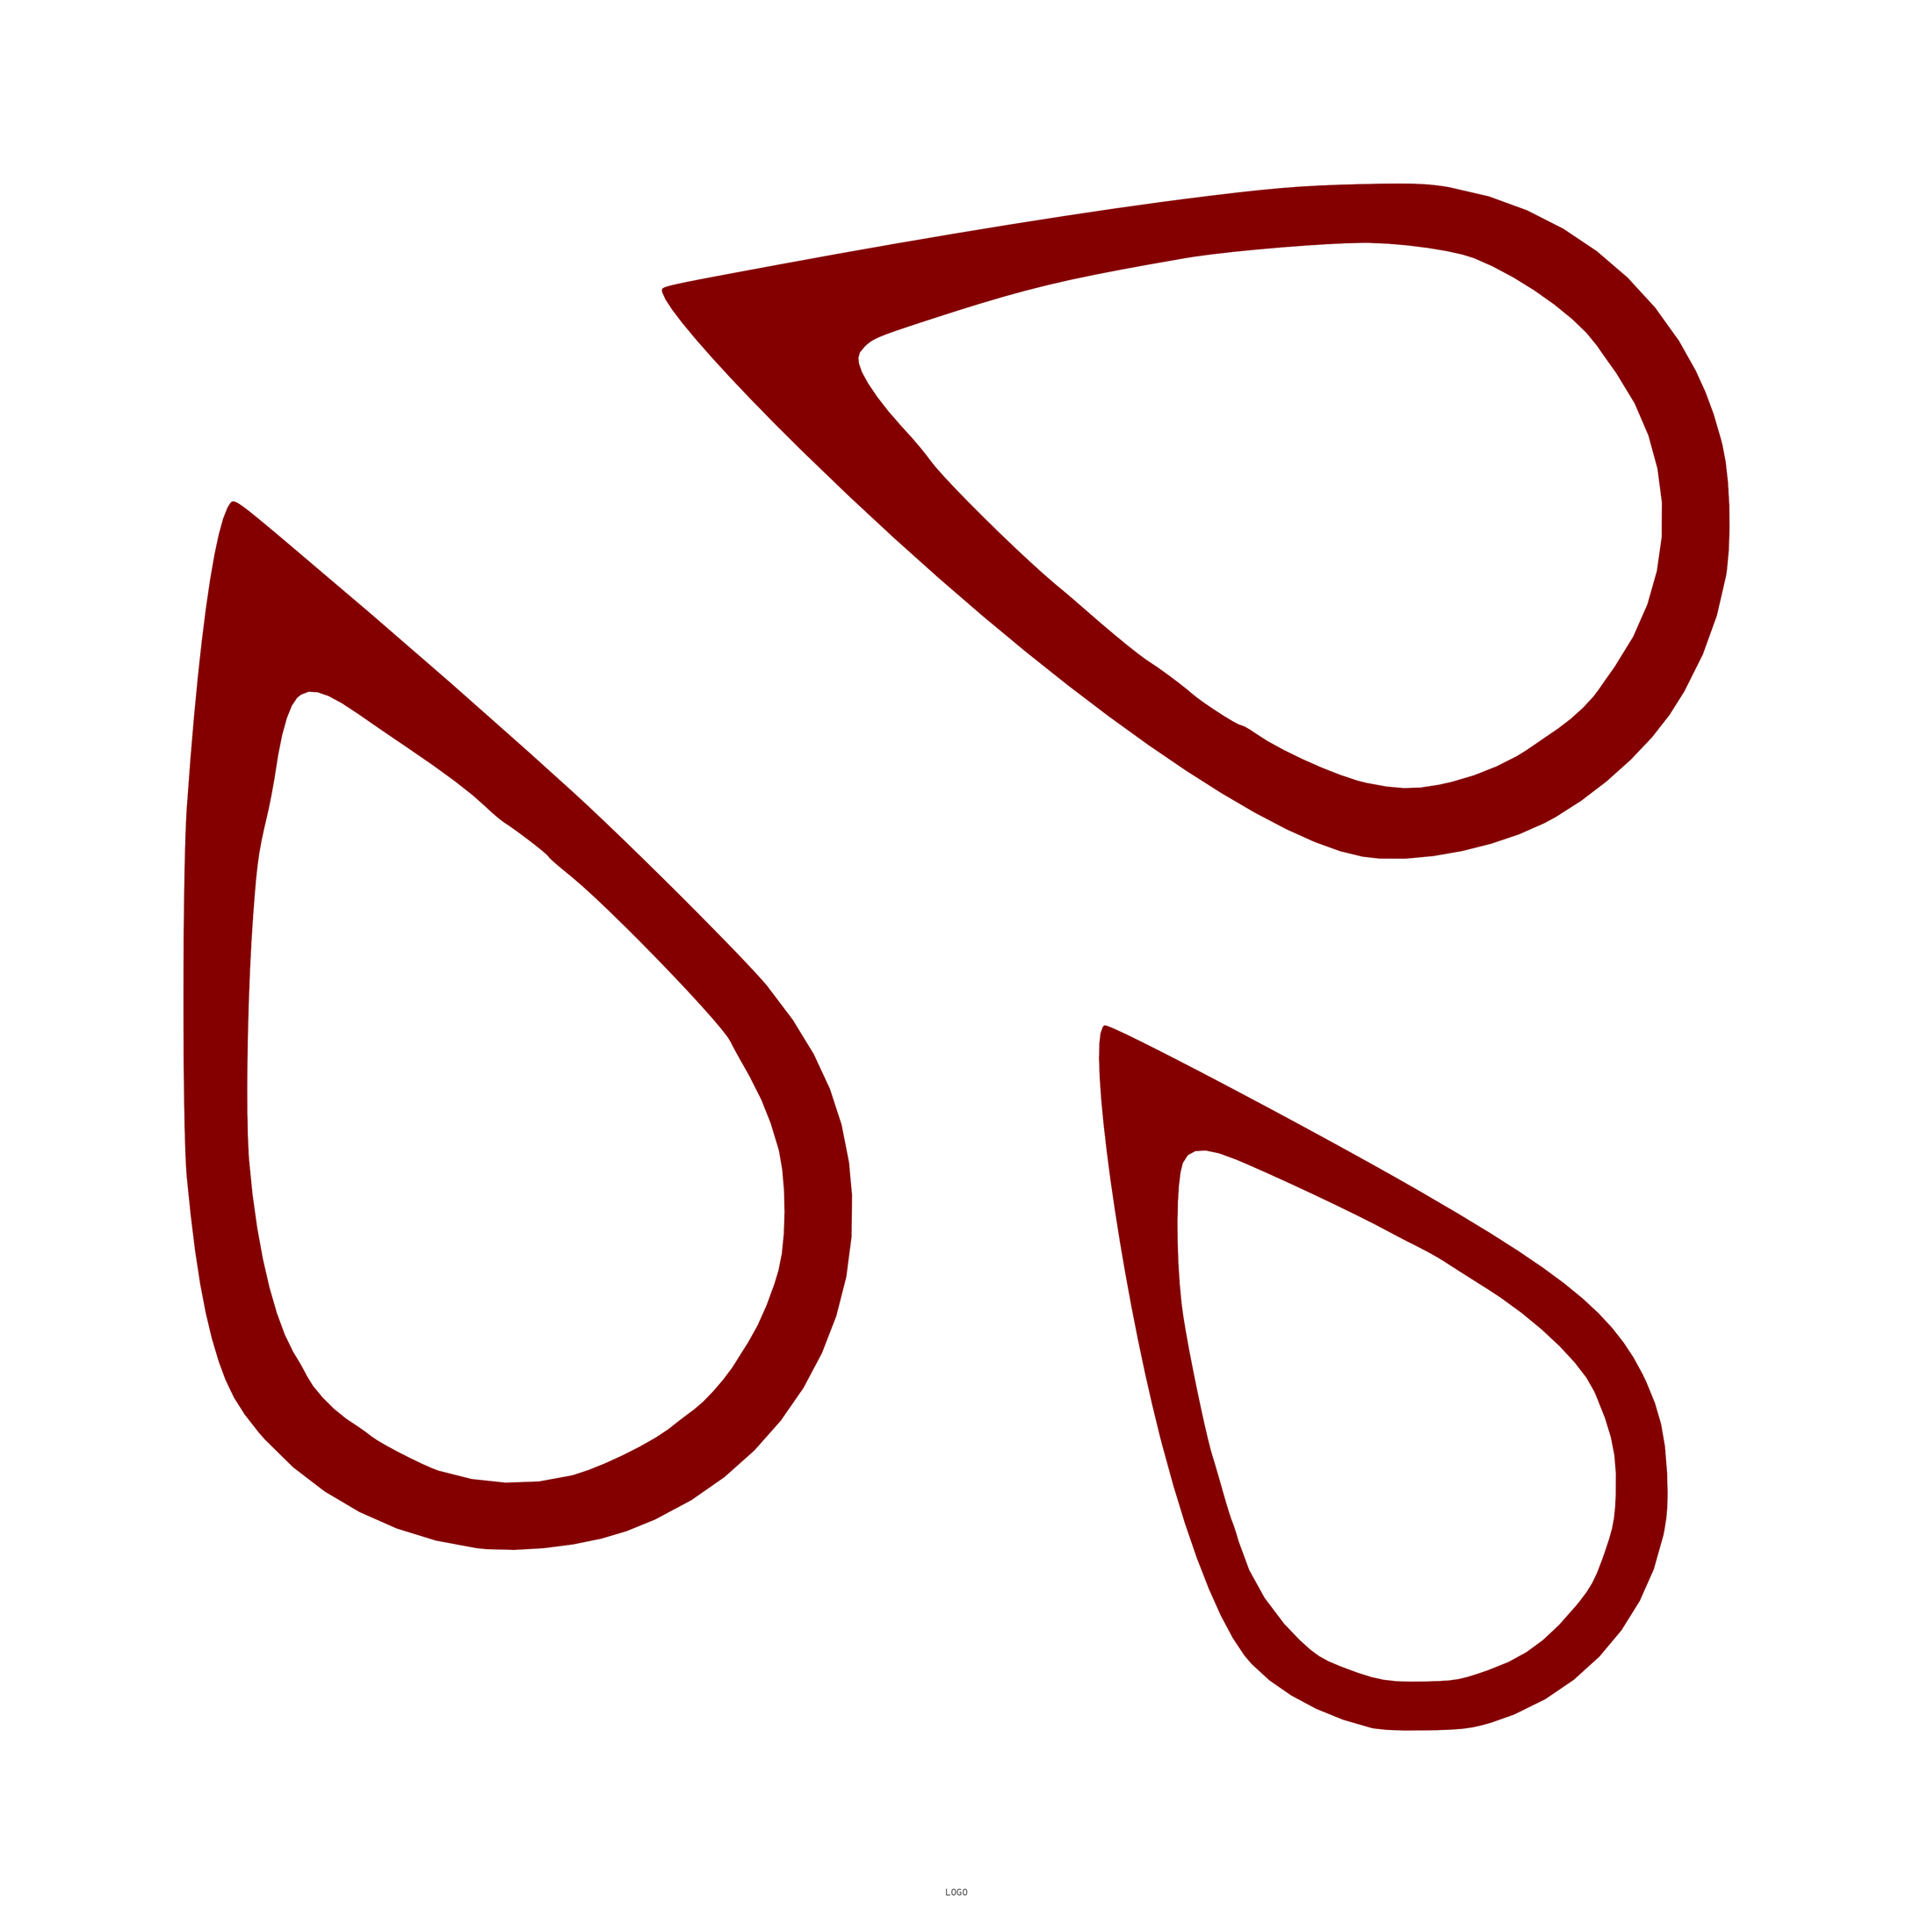
<source format=kicad_sym>
(kicad_symbol_lib
  (version 20241209)
  (generator "kicad_symbol_editor")
  (generator_version "9.0")
  (symbol "LOGO"
    (pin_names
      (offset 1.016))
    (property "Reference" "#G"
      (at 0 113.844 0)
      (effects (font (size 1.27 1.27)) (hide yes)))
    (symbol "LOGO_0_0"
      (polyline (pts (xy -57.235 -81.916) (xy -53.138 -81.39) (xy -49.218 -80.593) (xy -45.708 -79.553) (xy -41.745 -77.939) (xy -36.711 -75.254) (xy -32.107 -72.043) (xy -27.963 -68.353) (xy -24.31 -64.229) (xy -21.179 -59.717) (xy -18.601 -54.863) (xy -16.606 -49.713) (xy -15.225 -44.313) (xy -14.49 -38.708) (xy -14.43 -32.944) (xy -14.849 -28.406) (xy -15.874 -23.207) (xy -17.493 -18.233) (xy -19.737 -13.411) (xy -22.635 -8.669) (xy -26.215 -3.935) (xy -26.436 -3.673) (xy -27.586 -2.381) (xy -29.167 -0.686) (xy -31.108 1.342) (xy -33.339 3.631) (xy -35.788 6.113) (xy -38.385 8.716) (xy -41.059 11.369) (xy -43.741 14.002) (xy -46.359 16.545) (xy -48.843 18.927) (xy -51.122 21.078) (xy -53.125 22.928) (xy -59.438 28.623) (xy -70.162 38.116) (xy -81.484 47.919) (xy -93.419 58.047) (xy -95.224 59.561) (xy -96.904 60.953) (xy -98.167 61.968) (xy -99.081 62.652) (xy -99.715 63.054) (xy -100.136 63.221) (xy -100.414 63.2) (xy -100.617 63.039) (xy -101.042 62.373) (xy -101.642 60.848) (xy -102.246 58.659) (xy -102.849 55.834) (xy -103.446 52.404) (xy -104.034 48.397) (xy -104.608 43.843) (xy -105.164 38.772) (xy -105.698 33.213) (xy -106.205 27.196) (xy -106.682 20.749) (xy -106.752 19.579) (xy -106.854 17.186) (xy -106.941 14.279) (xy -107.013 10.944) (xy -107.07 7.27) (xy -107.112 3.344) (xy -107.138 -0.746) (xy -107.149 -4.91) (xy -107.145 -9.063) (xy -107.126 -13.116) (xy -107.091 -16.981) (xy -107.076 -18.054) (xy -98.312 -18.054) (xy -98.281 -14.161) (xy -98.205 -10.071) (xy -98.085 -5.9) (xy -97.924 -1.769) (xy -97.723 2.205) (xy -97.484 5.902) (xy -97.288 8.488) (xy -97.087 10.806) (xy -96.879 12.73) (xy -96.641 14.429) (xy -96.347 16.071) (xy -95.975 17.823) (xy -95.5 19.855) (xy -95.327 20.618) (xy -94.947 22.499) (xy -94.569 24.596) (xy -94.254 26.582) (xy -94.023 28.05) (xy -93.46 30.867) (xy -92.82 33.176) (xy -92.124 34.91) (xy -91.392 35.998) (xy -90.856 36.438) (xy -89.829 36.836) (xy -88.587 36.783) (xy -87.062 36.262) (xy -85.185 35.256) (xy -82.888 33.745) (xy -81.615 32.861) (xy -79.796 31.609) (xy -77.847 30.279) (xy -76.021 29.041) (xy -72.461 26.589) (xy -69.42 24.373) (xy -66.998 22.461) (xy -65.183 20.844) (xy -64.366 20.083) (xy -63.366 19.227) (xy -62.62 18.674) (xy -61.931 18.22) (xy -60.865 17.463) (xy -59.677 16.582) (xy -58.508 15.685) (xy -57.5 14.881) (xy -56.791 14.277) (xy -56.524 13.982) (xy -56.384 13.8) (xy -55.787 13.241) (xy -54.83 12.419) (xy -53.631 11.438) (xy -53.264 11.14) (xy -51.76 9.84) (xy -49.981 8.212) (xy -47.994 6.323) (xy -45.865 4.243) (xy -43.66 2.04) (xy -41.445 -0.218) (xy -39.285 -2.463) (xy -37.248 -4.625) (xy -35.399 -6.636) (xy -33.804 -8.429) (xy -32.53 -9.933) (xy -31.642 -11.082) (xy -31.206 -11.806) (xy -31.065 -12.103) (xy -30.613 -12.956) (xy -29.947 -14.162) (xy -29.154 -15.562) (xy -28.62 -16.512) (xy -26.992 -19.743) (xy -25.714 -22.946) (xy -24.642 -26.473) (xy -24.533 -26.907) (xy -24.105 -29.373) (xy -23.852 -32.241) (xy -23.775 -35.291) (xy -23.875 -38.306) (xy -24.151 -41.065) (xy -24.604 -43.35) (xy -25.178 -45.256) (xy -26.275 -48.255) (xy -27.517 -51.029) (xy -28.799 -53.335) (xy -29.387 -54.261) (xy -30.128 -55.437) (xy -30.669 -56.307) (xy -31.124 -57.003) (xy -32.329 -58.601) (xy -33.724 -60.222) (xy -35.121 -61.656) (xy -36.333 -62.691) (xy -36.977 -63.165) (xy -38.353 -64.209) (xy -39.632 -65.212) (xy -39.987 -65.484) (xy -41.676 -66.6) (xy -43.81 -67.811) (xy -46.198 -69.024) (xy -48.654 -70.147) (xy -50.986 -71.088) (xy -53.007 -71.753) (xy -53.322 -71.838) (xy -57.849 -72.671) (xy -62.507 -72.835) (xy -67.192 -72.333) (xy -71.797 -71.169) (xy -72.661 -70.84) (xy -74.094 -70.205) (xy -75.752 -69.407) (xy -77.46 -68.536) (xy -79.042 -67.682) (xy -80.32 -66.935) (xy -81.12 -66.387) (xy -81.771 -65.884) (xy -82.895 -65.089) (xy -84.119 -64.279) (xy -84.627 -63.936) (xy -86.274 -62.602) (xy -87.856 -61.029) (xy -89.188 -59.414) (xy -90.084 -57.955) (xy -90.225 -57.663) (xy -90.875 -56.461) (xy -91.592 -55.272) (xy -91.918 -54.737) (xy -93.092 -52.336) (xy -94.2 -49.327) (xy -95.221 -45.794) (xy -96.138 -41.819) (xy -96.929 -37.486) (xy -97.575 -32.88) (xy -98.056 -28.083) (xy -98.108 -27.354) (xy -98.227 -24.769) (xy -98.294 -21.629) (xy -98.312 -18.054) (xy -107.076 -18.054) (xy -107.041 -20.57) (xy -106.976 -23.795) (xy -106.896 -26.568) (xy -106.8 -28.802) (xy -106.689 -30.409) (xy -106.157 -35.609) (xy -105.524 -40.723) (xy -104.83 -45.251) (xy -104.064 -49.259) (xy -103.215 -52.816) (xy -102.27 -55.987) (xy -101.318 -58.571) (xy -100.126 -61.057) (xy -98.648 -63.389) (xy -96.728 -65.841) (xy -95.878 -66.821) (xy -91.949 -70.686) (xy -87.545 -74.058) (xy -82.732 -76.9) (xy -77.573 -79.179) (xy -72.133 -80.86) (xy -66.479 -81.91) (xy -65.031 -82.053) (xy -61.276 -82.146) (xy -57.235 -81.916)) (stroke (width 0.01) (type default)) (fill (type outline)))
      (polyline (pts (xy 65.289 -107.177) (xy 66.873 -107.14) (xy 68.816 -107.064) (xy 70.343 -106.943) (xy 71.634 -106.756) (xy 72.87 -106.482) (xy 74.232 -106.099) (xy 77.381 -104.988) (xy 81.733 -102.845) (xy 85.701 -100.145) (xy 89.239 -96.941) (xy 92.296 -93.286) (xy 94.825 -89.232) (xy 96.777 -84.832) (xy 98.103 -80.139) (xy 98.264 -79.325) (xy 98.52 -77.695) (xy 98.656 -76.076) (xy 98.688 -74.227) (xy 98.631 -71.907) (xy 98.608 -71.328) (xy 98.323 -67.797) (xy 97.781 -64.689) (xy 96.929 -61.772) (xy 95.716 -58.816) (xy 95.201 -57.743) (xy 93.989 -55.528) (xy 92.602 -53.417) (xy 90.993 -51.369) (xy 89.113 -49.344) (xy 86.916 -47.303) (xy 84.354 -45.205) (xy 81.378 -43.011) (xy 77.942 -40.679) (xy 73.998 -38.171) (xy 69.498 -35.446) (xy 64.394 -32.464) (xy 63.671 -32.049) (xy 60.761 -30.396) (xy 57.611 -28.633) (xy 54.278 -26.79) (xy 50.82 -24.898) (xy 47.294 -22.987) (xy 43.76 -21.087) (xy 40.273 -19.23) (xy 36.893 -17.444) (xy 33.676 -15.762) (xy 30.682 -14.213) (xy 27.966 -12.827) (xy 25.589 -11.635) (xy 23.606 -10.668) (xy 22.076 -9.956) (xy 21.056 -9.529) (xy 20.605 -9.417) (xy 20.365 -9.626) (xy 20.051 -10.514) (xy 19.879 -12.013) (xy 19.841 -14.069) (xy 19.932 -16.627) (xy 20.142 -19.63) (xy 20.464 -23.023) (xy 20.892 -26.75) (xy 21.416 -30.757) (xy 22.032 -34.986) (xy 22.282 -36.569) (xy 30.709 -36.569) (xy 30.769 -33.933) (xy 30.911 -31.633) (xy 31.136 -29.794) (xy 31.444 -28.541) (xy 31.47 -28.473) (xy 32.15 -27.421) (xy 33.184 -26.855) (xy 34.618 -26.77) (xy 36.498 -27.164) (xy 38.869 -28.034) (xy 40.379 -28.679) (xy 43.224 -29.933) (xy 46.31 -31.336) (xy 49.486 -32.814) (xy 52.604 -34.297) (xy 55.512 -35.716) (xy 58.061 -36.997) (xy 60.101 -38.071) (xy 61.117 -38.612) (xy 62.581 -39.371) (xy 64.037 -40.106) (xy 65.303 -40.763) (xy 66.694 -41.537) (xy 67.758 -42.185) (xy 68.025 -42.36) (xy 69.032 -43.009) (xy 70.437 -43.905) (xy 72.088 -44.952) (xy 73.84 -46.057) (xy 75.544 -47.175) (xy 78.485 -49.318) (xy 81.235 -51.585) (xy 83.704 -53.891) (xy 85.8 -56.147) (xy 87.434 -58.266) (xy 88.514 -60.161) (xy 88.829 -60.885) (xy 90.009 -63.857) (xy 90.824 -66.499) (xy 91.318 -69.015) (xy 91.533 -71.612) (xy 91.512 -74.494) (xy 91.422 -76.236) (xy 91.263 -77.778) (xy 90.993 -79.191) (xy 90.559 -80.737) (xy 89.909 -82.683) (xy 89.591 -83.583) (xy 88.896 -85.377) (xy 88.221 -86.784) (xy 87.455 -88.02) (xy 86.485 -89.302) (xy 85.997 -89.901) (xy 83.649 -92.558) (xy 81.392 -94.676) (xy 79.086 -96.36) (xy 76.589 -97.717) (xy 73.76 -98.852) (xy 72.431 -99.308) (xy 70.945 -99.775) (xy 69.688 -100.077) (xy 68.424 -100.255) (xy 66.917 -100.351) (xy 64.931 -100.407) (xy 63.09 -100.428) (xy 61.071 -100.37) (xy 59.327 -100.174) (xy 57.627 -99.8) (xy 55.741 -99.207) (xy 53.438 -98.351) (xy 53.343 -98.315) (xy 51.666 -97.608) (xy 50.349 -96.886) (xy 49.117 -95.972) (xy 47.696 -94.69) (xy 45.512 -92.412) (xy 42.801 -88.823) (xy 40.674 -84.977) (xy 39.196 -80.978) (xy 38.919 -80.031) (xy 38.555 -78.895) (xy 38.283 -78.168) (xy 38.171 -77.88) (xy 37.857 -76.932) (xy 37.448 -75.593) (xy 37.005 -74.053) (xy 36.794 -73.306) (xy 36.311 -71.623) (xy 35.869 -70.117) (xy 35.542 -69.045) (xy 35.324 -68.29) (xy 34.905 -66.639) (xy 34.411 -64.515) (xy 33.872 -62.058) (xy 33.316 -59.41) (xy 32.772 -56.709) (xy 32.271 -54.097) (xy 31.841 -51.714) (xy 31.511 -49.7) (xy 31.282 -47.975) (xy 31.018 -45.244) (xy 30.834 -42.349) (xy 30.731 -39.416) (xy 30.709 -36.569) (xy 22.282 -36.569) (xy 22.729 -39.384) (xy 23.502 -43.894) (xy 24.342 -48.46) (xy 25.243 -53.028) (xy 26.196 -57.541) (xy 27.195 -61.945) (xy 28.231 -66.183) (xy 28.56 -67.458) (xy 30.137 -73.197) (xy 31.761 -78.493) (xy 33.415 -83.302) (xy 35.081 -87.578) (xy 36.741 -91.277) (xy 38.379 -94.353) (xy 39.977 -96.761) (xy 40.988 -97.959) (xy 43.471 -100.237) (xy 46.489 -102.329) (xy 49.926 -104.171) (xy 53.668 -105.695) (xy 57.597 -106.834) (xy 58.054 -106.924) (xy 59.807 -107.109) (xy 62.228 -107.194) (xy 65.289 -107.177)) (stroke (width 0.01) (type default)) (fill (type outline)))
      (polyline (pts (xy 66.184 14.057) (xy 70.209 14.758) (xy 74.224 15.771) (xy 78.071 17.067) (xy 81.591 18.616) (xy 83.149 19.454) (xy 86.711 21.725) (xy 90.242 24.425) (xy 93.575 27.41) (xy 96.542 30.535) (xy 98.977 33.656) (xy 101.009 36.881) (xy 103.576 42.013) (xy 105.522 47.395) (xy 106.799 52.91) (xy 106.918 53.706) (xy 107.177 56.456) (xy 107.283 59.539) (xy 107.243 62.747) (xy 107.062 65.873) (xy 106.746 68.708) (xy 106.301 71.047) (xy 106.08 71.905) (xy 105.075 75.338) (xy 103.941 78.404) (xy 102.577 81.387) (xy 100.277 85.48) (xy 96.965 90.097) (xy 93.15 94.254) (xy 88.886 97.913) (xy 84.222 101.035) (xy 79.21 103.582) (xy 73.902 105.517) (xy 68.347 106.802) (xy 67.533 106.931) (xy 66.202 107.101) (xy 64.811 107.216) (xy 63.228 107.281) (xy 61.323 107.299) (xy 58.965 107.276) (xy 56.022 107.215) (xy 55.724 107.207) (xy 52.82 107.123) (xy 50.157 107.011) (xy 47.601 106.863) (xy 45.014 106.665) (xy 42.263 106.407) (xy 39.21 106.078) (xy 35.721 105.665) (xy 31.661 105.157) (xy 28.294 104.716) (xy 21.872 103.819) (xy 14.902 102.781) (xy 7.48 101.618) (xy -0.299 100.344) (xy -8.34 98.976) (xy -16.548 97.529) (xy -24.828 96.017) (xy -27.063 95.602) (xy -30.45 94.972) (xy -33.227 94.451) (xy -35.456 94.026) (xy -37.197 93.684) (xy -38.51 93.412) (xy -39.456 93.195) (xy -40.094 93.022) (xy -40.486 92.878) (xy -40.691 92.75) (xy -40.77 92.624) (xy -40.783 92.489) (xy -40.746 92.233) (xy -40.296 91.237) (xy -39.362 89.81) (xy -37.976 87.988) (xy -36.169 85.808) (xy -33.975 83.306) (xy -33.841 83.161) (xy -13.541 83.161) (xy -13.327 83.909) (xy -12.655 84.706) (xy -12.475 84.882) (xy -12.026 85.264) (xy -11.484 85.616) (xy -10.75 85.978) (xy -9.726 86.392) (xy -8.314 86.899) (xy -6.417 87.538) (xy -3.935 88.353) (xy -0.225 89.549) (xy 3.262 90.635) (xy 6.484 91.588) (xy 9.563 92.436) (xy 12.62 93.209) (xy 15.777 93.937) (xy 19.156 94.647) (xy 22.878 95.371) (xy 27.066 96.137) (xy 31.84 96.974) (xy 32.94 97.15) (xy 35.469 97.491) (xy 38.457 97.832) (xy 41.738 98.158) (xy 45.145 98.457) (xy 48.512 98.713) (xy 51.672 98.912) (xy 54.458 99.041) (xy 56.703 99.086) (xy 57.298 99.08) (xy 59.916 98.966) (xy 62.689 98.725) (xy 65.442 98.379) (xy 68.001 97.954) (xy 70.192 97.474) (xy 71.842 96.964) (xy 74.405 95.833) (xy 77.34 94.269) (xy 80.241 92.472) (xy 82.979 90.533) (xy 85.425 88.544) (xy 87.45 86.598) (xy 88.925 84.786) (xy 88.943 84.759) (xy 89.594 83.816) (xy 90.474 82.568) (xy 91.398 81.276) (xy 91.583 81.016) (xy 94.133 76.815) (xy 96.038 72.375) (xy 97.298 67.764) (xy 97.914 63.048) (xy 97.885 58.295) (xy 97.212 53.571) (xy 95.894 48.944) (xy 93.933 44.48) (xy 91.327 40.247) (xy 91.138 39.983) (xy 90.277 38.768) (xy 89.552 37.735) (xy 89.103 37.082) (xy 88.403 36.157) (xy 86.978 34.626) (xy 85.284 33.089) (xy 83.534 31.752) (xy 82.392 30.97) (xy 80.725 29.828) (xy 79.218 28.796) (xy 77.796 27.908) (xy 74.983 26.487) (xy 71.875 25.257) (xy 68.735 24.328) (xy 66.938 23.929) (xy 64.448 23.548) (xy 62.132 23.467) (xy 59.714 23.683) (xy 56.918 24.193) (xy 55.615 24.528) (xy 53.309 25.297) (xy 50.724 26.313) (xy 48.051 27.491) (xy 45.482 28.746) (xy 43.206 29.991) (xy 41.417 31.142) (xy 40.899 31.498) (xy 40.049 32) (xy 39.523 32.197) (xy 39.193 32.309) (xy 38.36 32.751) (xy 37.218 33.438) (xy 35.922 34.27) (xy 34.627 35.146) (xy 33.488 35.967) (xy 32.659 36.633) (xy 32.076 37.127) (xy 30.786 38.146) (xy 29.296 39.262) (xy 27.854 40.291) (xy 26.706 41.051) (xy 26.361 41.279) (xy 25.265 42.089) (xy 23.786 43.257) (xy 22.026 44.702) (xy 20.085 46.34) (xy 18.066 48.088) (xy 17.626 48.473) (xy 16.335 49.592) (xy 15.159 50.594) (xy 14.31 51.303) (xy 13.745 51.769) (xy 12.071 53.221) (xy 10.151 54.961) (xy 8.073 56.904) (xy 5.922 58.966) (xy 3.784 61.06) (xy 1.747 63.102) (xy -0.103 65.007) (xy -1.681 66.69) (xy -2.899 68.064) (xy -3.671 69.045) (xy -4.015 69.515) (xy -4.948 70.679) (xy -6.112 72.038) (xy -7.334 73.388) (xy -7.606 73.682) (xy -9.393 75.737) (xy -10.947 77.741) (xy -12.193 79.585) (xy -13.059 81.163) (xy -13.469 82.366) (xy -13.541 83.161) (xy -33.841 83.161) (xy -31.424 80.52) (xy -28.549 77.487) (xy -25.382 74.243) (xy -21.955 70.826) (xy -21.047 69.933) (xy -14.808 63.928) (xy -8.585 58.149) (xy -2.409 52.617) (xy 3.688 47.356) (xy 9.674 42.389) (xy 15.517 37.74) (xy 21.185 33.43) (xy 26.647 29.484) (xy 31.871 25.924) (xy 36.826 22.773) (xy 41.478 20.054) (xy 45.798 17.791) (xy 49.752 16.006) (xy 53.309 14.723) (xy 56.437 13.964) (xy 58.737 13.709) (xy 62.307 13.697) (xy 66.184 14.057)) (stroke (width 0.01) (type default)) (fill (type outline))))))
</source>
